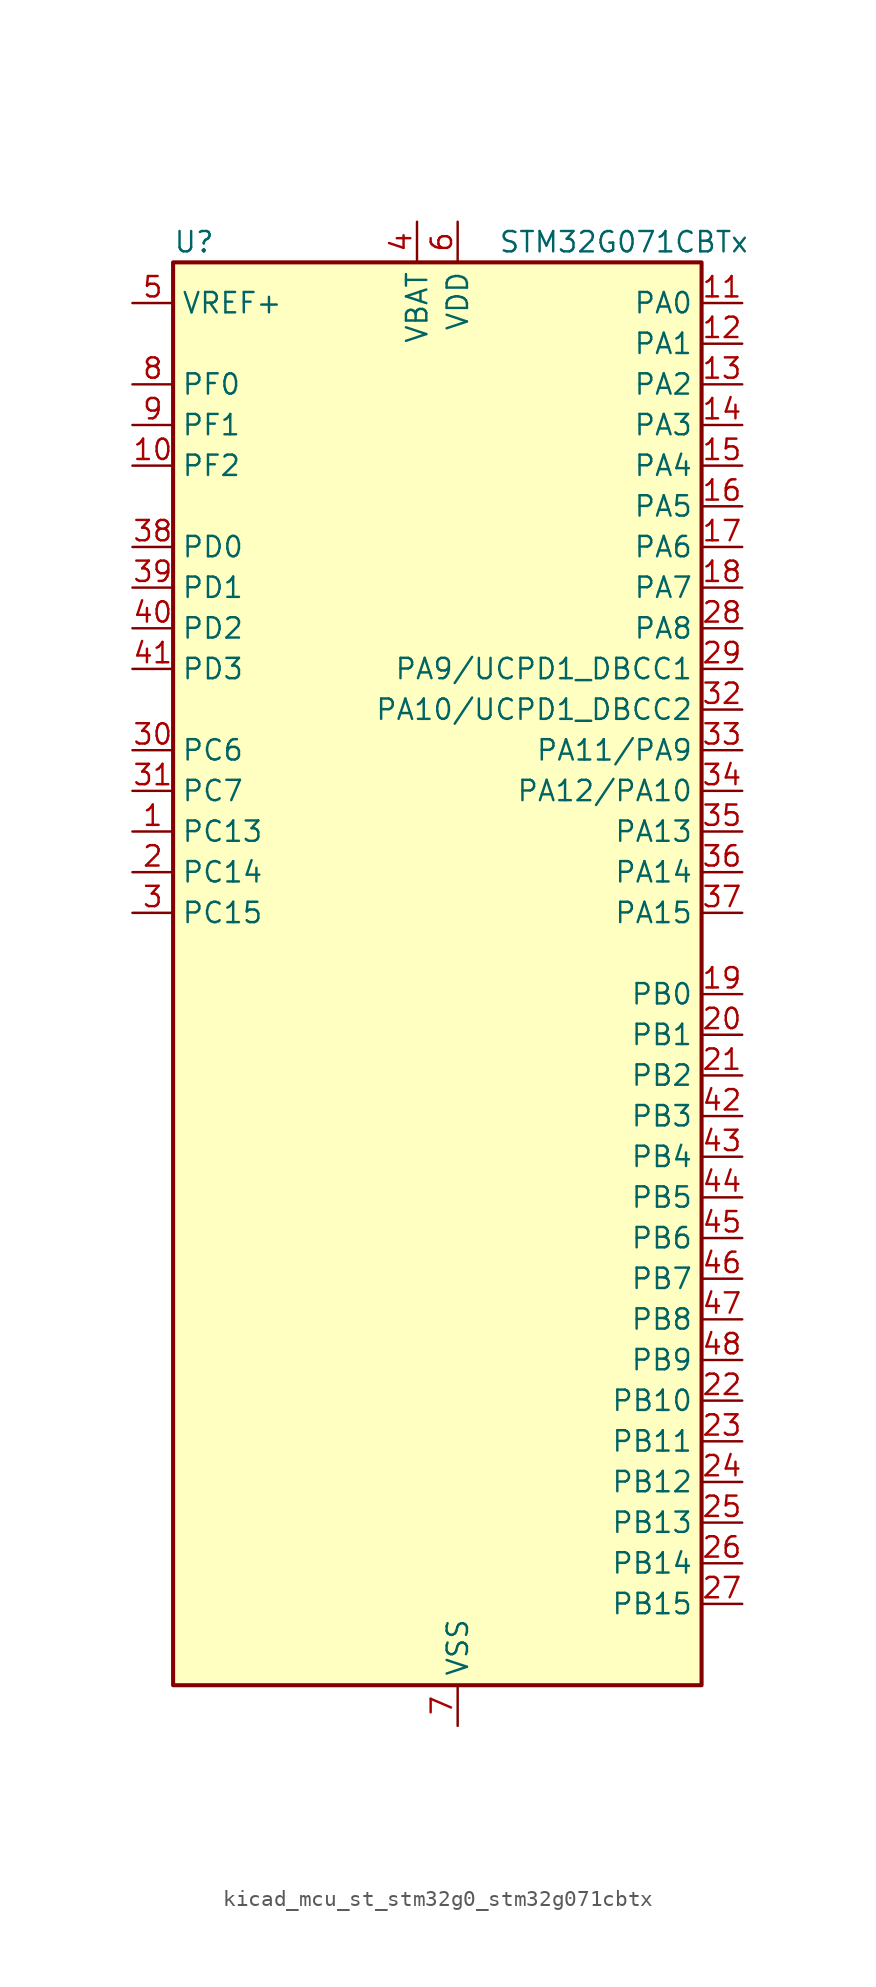
<source format=kicad_sym>
(kicad_symbol_lib
  (version 20220914)
  (generator kicad_symbol_editor)
  (symbol "kicad_mcu_st_stm32g0_stm32g071cbtx"
    (property "Reference" "U"
      (at -15.24 46.99 0)
      (effects (font (size 1.27 1.27)) (justify left)))
    (property "Value" "STM32G071CBTx"
      (at 5.08 46.99 0)
      (effects (font (size 1.27 1.27)) (justify left)))
    (property "ki_locked" ""
      (at 0 0 0)
      (effects (font (size 1.27 1.27))))
    (symbol "kicad_mcu_st_stm32g0_stm32g071cbtx_0_1"
      (rectangle (start -15.24 -43.18) (end 17.78 45.72) (stroke (width 0.254) (type default)) (fill (type background))))
    (symbol "kicad_mcu_st_stm32g0_stm32g071cbtx_1_1"
      (pin bidirectional line (at -17.78 10.16 0) (length 2.54) (name "PC13" (effects (font (size 1.27 1.27)))) (number "1" (effects (font (size 1.27 1.27)))) (alternate "RTC_OUT_ALARM" bidirectional line) (alternate "RTC_OUT_CALIB" bidirectional line) (alternate "RTC_TAMP_IN1" bidirectional line) (alternate "RTC_TS" bidirectional line) (alternate "SYS_WKUP2" bidirectional line) (alternate "TIM1_BK" bidirectional line))
      (pin bidirectional line (at -17.78 33.02 0) (length 2.54) (name "PF2" (effects (font (size 1.27 1.27)))) (number "10" (effects (font (size 1.27 1.27)))) (alternate "RCC_MCO" bidirectional line))
      (pin bidirectional line (at 20.32 43.18 180) (length 2.54) (name "PA0" (effects (font (size 1.27 1.27)))) (number "11" (effects (font (size 1.27 1.27)))) (alternate "ADC1_IN0" bidirectional line) (alternate "COMP1_INM" bidirectional line) (alternate "COMP1_OUT" bidirectional line) (alternate "LPTIM1_OUT" bidirectional line) (alternate "RTC_TAMP_IN2" bidirectional line) (alternate "SPI2_SCK" bidirectional line) (alternate "SYS_WKUP1" bidirectional line) (alternate "TIM2_CH1" bidirectional line) (alternate "TIM2_ETR" bidirectional line) (alternate "UCPD2_FRSTX1" bidirectional line) (alternate "UCPD2_FRSTX2" bidirectional line) (alternate "USART2_CTS" bidirectional line) (alternate "USART2_NSS" bidirectional line) (alternate "USART4_TX" bidirectional line))
      (pin bidirectional line (at 20.32 40.64 180) (length 2.54) (name "PA1" (effects (font (size 1.27 1.27)))) (number "12" (effects (font (size 1.27 1.27)))) (alternate "ADC1_IN1" bidirectional line) (alternate "COMP1_INP" bidirectional line) (alternate "I2C1_SMBA" bidirectional line) (alternate "I2S1_CK" bidirectional line) (alternate "SPI1_SCK" bidirectional line) (alternate "TIM15_CH1N" bidirectional line) (alternate "TIM2_CH2" bidirectional line) (alternate "USART2_CK" bidirectional line) (alternate "USART2_DE" bidirectional line) (alternate "USART2_RTS" bidirectional line) (alternate "USART4_RX" bidirectional line))
      (pin bidirectional line (at 20.32 38.1 180) (length 2.54) (name "PA2" (effects (font (size 1.27 1.27)))) (number "13" (effects (font (size 1.27 1.27)))) (alternate "ADC1_IN2" bidirectional line) (alternate "COMP2_INM" bidirectional line) (alternate "COMP2_OUT" bidirectional line) (alternate "I2S1_SD" bidirectional line) (alternate "LPUART1_TX" bidirectional line) (alternate "RCC_LSCO" bidirectional line) (alternate "SPI1_MOSI" bidirectional line) (alternate "SYS_WKUP4" bidirectional line) (alternate "TIM15_CH1" bidirectional line) (alternate "TIM2_CH3" bidirectional line) (alternate "UCPD1_FRSTX1" bidirectional line) (alternate "UCPD1_FRSTX2" bidirectional line) (alternate "USART2_TX" bidirectional line))
      (pin bidirectional line (at 20.32 35.56 180) (length 2.54) (name "PA3" (effects (font (size 1.27 1.27)))) (number "14" (effects (font (size 1.27 1.27)))) (alternate "ADC1_IN3" bidirectional line) (alternate "COMP2_INP" bidirectional line) (alternate "LPUART1_RX" bidirectional line) (alternate "SPI2_MISO" bidirectional line) (alternate "TIM15_CH2" bidirectional line) (alternate "TIM2_CH4" bidirectional line) (alternate "UCPD2_FRSTX1" bidirectional line) (alternate "UCPD2_FRSTX2" bidirectional line) (alternate "USART2_RX" bidirectional line))
      (pin bidirectional line (at 20.32 33.02 180) (length 2.54) (name "PA4" (effects (font (size 1.27 1.27)))) (number "15" (effects (font (size 1.27 1.27)))) (alternate "ADC1_IN4" bidirectional line) (alternate "DAC1_OUT1" bidirectional line) (alternate "I2S1_WS" bidirectional line) (alternate "LPTIM2_OUT" bidirectional line) (alternate "RTC_OUT_ALARM" bidirectional line) (alternate "RTC_OUT_CALIB" bidirectional line) (alternate "SPI1_NSS" bidirectional line) (alternate "SPI2_MOSI" bidirectional line) (alternate "TIM14_CH1" bidirectional line) (alternate "UCPD2_FRSTX1" bidirectional line) (alternate "UCPD2_FRSTX2" bidirectional line))
      (pin bidirectional line (at 20.32 30.48 180) (length 2.54) (name "PA5" (effects (font (size 1.27 1.27)))) (number "16" (effects (font (size 1.27 1.27)))) (alternate "ADC1_IN5" bidirectional line) (alternate "CEC" bidirectional line) (alternate "DAC1_OUT2" bidirectional line) (alternate "I2S1_CK" bidirectional line) (alternate "LPTIM2_ETR" bidirectional line) (alternate "SPI1_SCK" bidirectional line) (alternate "TIM2_CH1" bidirectional line) (alternate "TIM2_ETR" bidirectional line) (alternate "UCPD1_FRSTX1" bidirectional line) (alternate "UCPD1_FRSTX2" bidirectional line) (alternate "USART3_TX" bidirectional line))
      (pin bidirectional line (at 20.32 27.94 180) (length 2.54) (name "PA6" (effects (font (size 1.27 1.27)))) (number "17" (effects (font (size 1.27 1.27)))) (alternate "ADC1_IN6" bidirectional line) (alternate "COMP1_OUT" bidirectional line) (alternate "I2S1_MCK" bidirectional line) (alternate "LPUART1_CTS" bidirectional line) (alternate "SPI1_MISO" bidirectional line) (alternate "TIM16_CH1" bidirectional line) (alternate "TIM1_BK" bidirectional line) (alternate "TIM3_CH1" bidirectional line) (alternate "USART3_CTS" bidirectional line) (alternate "USART3_NSS" bidirectional line))
      (pin bidirectional line (at 20.32 25.4 180) (length 2.54) (name "PA7" (effects (font (size 1.27 1.27)))) (number "18" (effects (font (size 1.27 1.27)))) (alternate "ADC1_IN7" bidirectional line) (alternate "COMP2_OUT" bidirectional line) (alternate "I2S1_SD" bidirectional line) (alternate "SPI1_MOSI" bidirectional line) (alternate "TIM14_CH1" bidirectional line) (alternate "TIM17_CH1" bidirectional line) (alternate "TIM1_CH1N" bidirectional line) (alternate "TIM3_CH2" bidirectional line) (alternate "UCPD1_FRSTX1" bidirectional line) (alternate "UCPD1_FRSTX2" bidirectional line))
      (pin bidirectional line (at 20.32 0 180) (length 2.54) (name "PB0" (effects (font (size 1.27 1.27)))) (number "19" (effects (font (size 1.27 1.27)))) (alternate "ADC1_IN8" bidirectional line) (alternate "COMP1_OUT" bidirectional line) (alternate "I2S1_WS" bidirectional line) (alternate "LPTIM1_OUT" bidirectional line) (alternate "SPI1_NSS" bidirectional line) (alternate "TIM1_CH2N" bidirectional line) (alternate "TIM3_CH3" bidirectional line) (alternate "UCPD1_FRSTX1" bidirectional line) (alternate "UCPD1_FRSTX2" bidirectional line) (alternate "USART3_RX" bidirectional line))
      (pin bidirectional line (at -17.78 7.62 0) (length 2.54) (name "PC14" (effects (font (size 1.27 1.27)))) (number "2" (effects (font (size 1.27 1.27)))) (alternate "RCC_OSC32_IN" bidirectional line) (alternate "TIM1_BK2" bidirectional line))
      (pin bidirectional line (at 20.32 -2.54 180) (length 2.54) (name "PB1" (effects (font (size 1.27 1.27)))) (number "20" (effects (font (size 1.27 1.27)))) (alternate "ADC1_IN9" bidirectional line) (alternate "COMP1_INM" bidirectional line) (alternate "LPTIM2_IN1" bidirectional line) (alternate "LPUART1_DE" bidirectional line) (alternate "LPUART1_RTS" bidirectional line) (alternate "TIM14_CH1" bidirectional line) (alternate "TIM1_CH3N" bidirectional line) (alternate "TIM3_CH4" bidirectional line) (alternate "USART3_CK" bidirectional line) (alternate "USART3_DE" bidirectional line) (alternate "USART3_RTS" bidirectional line))
      (pin bidirectional line (at 20.32 -5.08 180) (length 2.54) (name "PB2" (effects (font (size 1.27 1.27)))) (number "21" (effects (font (size 1.27 1.27)))) (alternate "ADC1_IN10" bidirectional line) (alternate "COMP1_INP" bidirectional line) (alternate "LPTIM1_OUT" bidirectional line) (alternate "SPI2_MISO" bidirectional line) (alternate "USART3_TX" bidirectional line))
      (pin bidirectional line (at 20.32 -25.4 180) (length 2.54) (name "PB10" (effects (font (size 1.27 1.27)))) (number "22" (effects (font (size 1.27 1.27)))) (alternate "ADC1_IN11" bidirectional line) (alternate "CEC" bidirectional line) (alternate "COMP1_OUT" bidirectional line) (alternate "I2C2_SCL" bidirectional line) (alternate "LPUART1_RX" bidirectional line) (alternate "SPI2_SCK" bidirectional line) (alternate "TIM2_CH3" bidirectional line) (alternate "USART3_TX" bidirectional line))
      (pin bidirectional line (at 20.32 -27.94 180) (length 2.54) (name "PB11" (effects (font (size 1.27 1.27)))) (number "23" (effects (font (size 1.27 1.27)))) (alternate "ADC1_EXTI11" bidirectional line) (alternate "ADC1_IN15" bidirectional line) (alternate "COMP2_OUT" bidirectional line) (alternate "I2C2_SDA" bidirectional line) (alternate "LPUART1_TX" bidirectional line) (alternate "SPI2_MOSI" bidirectional line) (alternate "TIM2_CH4" bidirectional line) (alternate "USART3_RX" bidirectional line))
      (pin bidirectional line (at 20.32 -30.48 180) (length 2.54) (name "PB12" (effects (font (size 1.27 1.27)))) (number "24" (effects (font (size 1.27 1.27)))) (alternate "ADC1_IN16" bidirectional line) (alternate "LPUART1_DE" bidirectional line) (alternate "LPUART1_RTS" bidirectional line) (alternate "SPI2_NSS" bidirectional line) (alternate "TIM15_BK" bidirectional line) (alternate "TIM1_BK" bidirectional line) (alternate "UCPD2_FRSTX1" bidirectional line) (alternate "UCPD2_FRSTX2" bidirectional line))
      (pin bidirectional line (at 20.32 -33.02 180) (length 2.54) (name "PB13" (effects (font (size 1.27 1.27)))) (number "25" (effects (font (size 1.27 1.27)))) (alternate "I2C2_SCL" bidirectional line) (alternate "LPUART1_CTS" bidirectional line) (alternate "SPI2_SCK" bidirectional line) (alternate "TIM15_CH1N" bidirectional line) (alternate "TIM1_CH1N" bidirectional line) (alternate "USART3_CTS" bidirectional line) (alternate "USART3_NSS" bidirectional line))
      (pin bidirectional line (at 20.32 -35.56 180) (length 2.54) (name "PB14" (effects (font (size 1.27 1.27)))) (number "26" (effects (font (size 1.27 1.27)))) (alternate "I2C2_SDA" bidirectional line) (alternate "SPI2_MISO" bidirectional line) (alternate "TIM15_CH1" bidirectional line) (alternate "TIM1_CH2N" bidirectional line) (alternate "UCPD1_FRSTX1" bidirectional line) (alternate "UCPD1_FRSTX2" bidirectional line) (alternate "USART3_CK" bidirectional line) (alternate "USART3_DE" bidirectional line) (alternate "USART3_RTS" bidirectional line))
      (pin bidirectional line (at 20.32 -38.1 180) (length 2.54) (name "PB15" (effects (font (size 1.27 1.27)))) (number "27" (effects (font (size 1.27 1.27)))) (alternate "RTC_REFIN" bidirectional line) (alternate "SPI2_MOSI" bidirectional line) (alternate "TIM15_CH1N" bidirectional line) (alternate "TIM15_CH2" bidirectional line) (alternate "TIM1_CH3N" bidirectional line) (alternate "UCPD1_CC2" bidirectional line))
      (pin bidirectional line (at 20.32 22.86 180) (length 2.54) (name "PA8" (effects (font (size 1.27 1.27)))) (number "28" (effects (font (size 1.27 1.27)))) (alternate "LPTIM2_OUT" bidirectional line) (alternate "RCC_MCO" bidirectional line) (alternate "SPI2_NSS" bidirectional line) (alternate "TIM1_CH1" bidirectional line) (alternate "UCPD1_CC1" bidirectional line))
      (pin bidirectional line (at 20.32 20.32 180) (length 2.54) (name "PA9/UCPD1_DBCC1" (effects (font (size 1.27 1.27)))) (number "29" (effects (font (size 1.27 1.27)))) (alternate "DAC1_EXTI9" bidirectional line) (alternate "I2C1_SCL" bidirectional line) (alternate "RCC_MCO" bidirectional line) (alternate "SPI2_MISO" bidirectional line) (alternate "TIM15_BK" bidirectional line) (alternate "TIM1_CH2" bidirectional line) (alternate "UCPD1_DBCC1" bidirectional line) (alternate "USART1_TX" bidirectional line))
      (pin bidirectional line (at -17.78 5.08 0) (length 2.54) (name "PC15" (effects (font (size 1.27 1.27)))) (number "3" (effects (font (size 1.27 1.27)))) (alternate "RCC_OSC32_EN" bidirectional line) (alternate "RCC_OSC32_OUT" bidirectional line) (alternate "RCC_OSC_EN" bidirectional line) (alternate "TIM15_BK" bidirectional line))
      (pin bidirectional line (at -17.78 15.24 0) (length 2.54) (name "PC6" (effects (font (size 1.27 1.27)))) (number "30" (effects (font (size 1.27 1.27)))) (alternate "TIM2_CH3" bidirectional line) (alternate "TIM3_CH1" bidirectional line) (alternate "UCPD1_FRSTX1" bidirectional line) (alternate "UCPD1_FRSTX2" bidirectional line))
      (pin bidirectional line (at -17.78 12.7 0) (length 2.54) (name "PC7" (effects (font (size 1.27 1.27)))) (number "31" (effects (font (size 1.27 1.27)))) (alternate "TIM2_CH4" bidirectional line) (alternate "TIM3_CH2" bidirectional line) (alternate "UCPD2_FRSTX1" bidirectional line) (alternate "UCPD2_FRSTX2" bidirectional line))
      (pin bidirectional line (at 20.32 17.78 180) (length 2.54) (name "PA10/UCPD1_DBCC2" (effects (font (size 1.27 1.27)))) (number "32" (effects (font (size 1.27 1.27)))) (alternate "I2C1_SDA" bidirectional line) (alternate "SPI2_MOSI" bidirectional line) (alternate "TIM17_BK" bidirectional line) (alternate "TIM1_CH3" bidirectional line) (alternate "UCPD1_DBCC2" bidirectional line) (alternate "USART1_RX" bidirectional line))
      (pin bidirectional line (at 20.32 15.24 180) (length 2.54) (name "PA11/PA9" (effects (font (size 1.27 1.27)))) (number "33" (effects (font (size 1.27 1.27)))) (alternate "ADC1_EXTI11" bidirectional line) (alternate "COMP1_OUT" bidirectional line) (alternate "I2C2_SCL" bidirectional line) (alternate "I2S1_MCK" bidirectional line) (alternate "SPI1_MISO" bidirectional line) (alternate "TIM1_BK2" bidirectional line) (alternate "TIM1_CH4" bidirectional line) (alternate "USART1_CTS" bidirectional line) (alternate "USART1_NSS" bidirectional line))
      (pin bidirectional line (at 20.32 12.7 180) (length 2.54) (name "PA12/PA10" (effects (font (size 1.27 1.27)))) (number "34" (effects (font (size 1.27 1.27)))) (alternate "COMP2_OUT" bidirectional line) (alternate "I2C2_SDA" bidirectional line) (alternate "I2S1_SD" bidirectional line) (alternate "I2S_CKIN" bidirectional line) (alternate "SPI1_MOSI" bidirectional line) (alternate "TIM1_ETR" bidirectional line) (alternate "USART1_CK" bidirectional line) (alternate "USART1_DE" bidirectional line) (alternate "USART1_RTS" bidirectional line))
      (pin bidirectional line (at 20.32 10.16 180) (length 2.54) (name "PA13" (effects (font (size 1.27 1.27)))) (number "35" (effects (font (size 1.27 1.27)))) (alternate "IR_OUT" bidirectional line) (alternate "SYS_SWDIO" bidirectional line))
      (pin bidirectional line (at 20.32 7.62 180) (length 2.54) (name "PA14" (effects (font (size 1.27 1.27)))) (number "36" (effects (font (size 1.27 1.27)))) (alternate "SYS_SWCLK" bidirectional line) (alternate "USART2_TX" bidirectional line))
      (pin bidirectional line (at 20.32 5.08 180) (length 2.54) (name "PA15" (effects (font (size 1.27 1.27)))) (number "37" (effects (font (size 1.27 1.27)))) (alternate "I2S1_WS" bidirectional line) (alternate "SPI1_NSS" bidirectional line) (alternate "TIM2_CH1" bidirectional line) (alternate "TIM2_ETR" bidirectional line) (alternate "USART2_RX" bidirectional line) (alternate "USART3_CK" bidirectional line) (alternate "USART3_DE" bidirectional line) (alternate "USART3_RTS" bidirectional line) (alternate "USART4_CK" bidirectional line) (alternate "USART4_DE" bidirectional line) (alternate "USART4_RTS" bidirectional line))
      (pin bidirectional line (at -17.78 27.94 0) (length 2.54) (name "PD0" (effects (font (size 1.27 1.27)))) (number "38" (effects (font (size 1.27 1.27)))) (alternate "SPI2_NSS" bidirectional line) (alternate "TIM16_CH1" bidirectional line) (alternate "UCPD2_CC1" bidirectional line))
      (pin bidirectional line (at -17.78 25.4 0) (length 2.54) (name "PD1" (effects (font (size 1.27 1.27)))) (number "39" (effects (font (size 1.27 1.27)))) (alternate "SPI2_SCK" bidirectional line) (alternate "TIM17_CH1" bidirectional line) (alternate "UCPD2_DBCC1" bidirectional line))
      (pin power_in line (at 0 48.26 270) (length 2.54) (name "VBAT" (effects (font (size 1.27 1.27)))) (number "4" (effects (font (size 1.27 1.27)))))
      (pin bidirectional line (at -17.78 22.86 0) (length 2.54) (name "PD2" (effects (font (size 1.27 1.27)))) (number "40" (effects (font (size 1.27 1.27)))) (alternate "TIM1_CH1N" bidirectional line) (alternate "TIM3_ETR" bidirectional line) (alternate "UCPD2_CC2" bidirectional line) (alternate "USART3_CK" bidirectional line) (alternate "USART3_DE" bidirectional line) (alternate "USART3_RTS" bidirectional line))
      (pin bidirectional line (at -17.78 20.32 0) (length 2.54) (name "PD3" (effects (font (size 1.27 1.27)))) (number "41" (effects (font (size 1.27 1.27)))) (alternate "SPI2_MISO" bidirectional line) (alternate "TIM1_CH2N" bidirectional line) (alternate "UCPD2_DBCC2" bidirectional line) (alternate "USART2_CTS" bidirectional line) (alternate "USART2_NSS" bidirectional line))
      (pin bidirectional line (at 20.32 -7.62 180) (length 2.54) (name "PB3" (effects (font (size 1.27 1.27)))) (number "42" (effects (font (size 1.27 1.27)))) (alternate "COMP2_INM" bidirectional line) (alternate "I2S1_CK" bidirectional line) (alternate "SPI1_SCK" bidirectional line) (alternate "TIM1_CH2" bidirectional line) (alternate "TIM2_CH2" bidirectional line) (alternate "USART1_CK" bidirectional line) (alternate "USART1_DE" bidirectional line) (alternate "USART1_RTS" bidirectional line))
      (pin bidirectional line (at 20.32 -10.16 180) (length 2.54) (name "PB4" (effects (font (size 1.27 1.27)))) (number "43" (effects (font (size 1.27 1.27)))) (alternate "COMP2_INP" bidirectional line) (alternate "I2S1_MCK" bidirectional line) (alternate "SPI1_MISO" bidirectional line) (alternate "TIM17_BK" bidirectional line) (alternate "TIM3_CH1" bidirectional line) (alternate "USART1_CTS" bidirectional line) (alternate "USART1_NSS" bidirectional line))
      (pin bidirectional line (at 20.32 -12.7 180) (length 2.54) (name "PB5" (effects (font (size 1.27 1.27)))) (number "44" (effects (font (size 1.27 1.27)))) (alternate "COMP2_OUT" bidirectional line) (alternate "I2C1_SMBA" bidirectional line) (alternate "I2S1_SD" bidirectional line) (alternate "LPTIM1_IN1" bidirectional line) (alternate "SPI1_MOSI" bidirectional line) (alternate "SYS_WKUP6" bidirectional line) (alternate "TIM16_BK" bidirectional line) (alternate "TIM3_CH2" bidirectional line))
      (pin bidirectional line (at 20.32 -15.24 180) (length 2.54) (name "PB6" (effects (font (size 1.27 1.27)))) (number "45" (effects (font (size 1.27 1.27)))) (alternate "COMP2_INP" bidirectional line) (alternate "I2C1_SCL" bidirectional line) (alternate "LPTIM1_ETR" bidirectional line) (alternate "SPI2_MISO" bidirectional line) (alternate "TIM16_CH1N" bidirectional line) (alternate "TIM1_CH3" bidirectional line) (alternate "USART1_TX" bidirectional line))
      (pin bidirectional line (at 20.32 -17.78 180) (length 2.54) (name "PB7" (effects (font (size 1.27 1.27)))) (number "46" (effects (font (size 1.27 1.27)))) (alternate "COMP2_INM" bidirectional line) (alternate "I2C1_SDA" bidirectional line) (alternate "LPTIM1_IN2" bidirectional line) (alternate "SPI2_MOSI" bidirectional line) (alternate "SYS_PVD_IN" bidirectional line) (alternate "TIM17_CH1N" bidirectional line) (alternate "USART1_RX" bidirectional line) (alternate "USART4_CTS" bidirectional line) (alternate "USART4_NSS" bidirectional line))
      (pin bidirectional line (at 20.32 -20.32 180) (length 2.54) (name "PB8" (effects (font (size 1.27 1.27)))) (number "47" (effects (font (size 1.27 1.27)))) (alternate "CEC" bidirectional line) (alternate "I2C1_SCL" bidirectional line) (alternate "SPI2_SCK" bidirectional line) (alternate "TIM15_BK" bidirectional line) (alternate "TIM16_CH1" bidirectional line) (alternate "USART3_TX" bidirectional line))
      (pin bidirectional line (at 20.32 -22.86 180) (length 2.54) (name "PB9" (effects (font (size 1.27 1.27)))) (number "48" (effects (font (size 1.27 1.27)))) (alternate "DAC1_EXTI9" bidirectional line) (alternate "I2C1_SDA" bidirectional line) (alternate "IR_OUT" bidirectional line) (alternate "SPI2_NSS" bidirectional line) (alternate "TIM17_CH1" bidirectional line) (alternate "UCPD2_FRSTX1" bidirectional line) (alternate "UCPD2_FRSTX2" bidirectional line) (alternate "USART3_RX" bidirectional line))
      (pin input line (at -17.78 43.18 0) (length 2.54) (name "VREF+" (effects (font (size 1.27 1.27)))) (number "5" (effects (font (size 1.27 1.27)))) (alternate "VREFBUF_OUT" bidirectional line))
      (pin power_in line (at 2.54 48.26 270) (length 2.54) (name "VDD" (effects (font (size 1.27 1.27)))) (number "6" (effects (font (size 1.27 1.27)))))
      (pin power_in line (at 2.54 -45.72 90) (length 2.54) (name "VSS" (effects (font (size 1.27 1.27)))) (number "7" (effects (font (size 1.27 1.27)))))
      (pin bidirectional line (at -17.78 38.1 0) (length 2.54) (name "PF0" (effects (font (size 1.27 1.27)))) (number "8" (effects (font (size 1.27 1.27)))) (alternate "RCC_OSC_IN" bidirectional line) (alternate "TIM14_CH1" bidirectional line))
      (pin bidirectional line (at -17.78 35.56 0) (length 2.54) (name "PF1" (effects (font (size 1.27 1.27)))) (number "9" (effects (font (size 1.27 1.27)))) (alternate "RCC_OSC_EN" bidirectional line) (alternate "RCC_OSC_OUT" bidirectional line) (alternate "TIM15_CH1N" bidirectional line)))))
</source>
